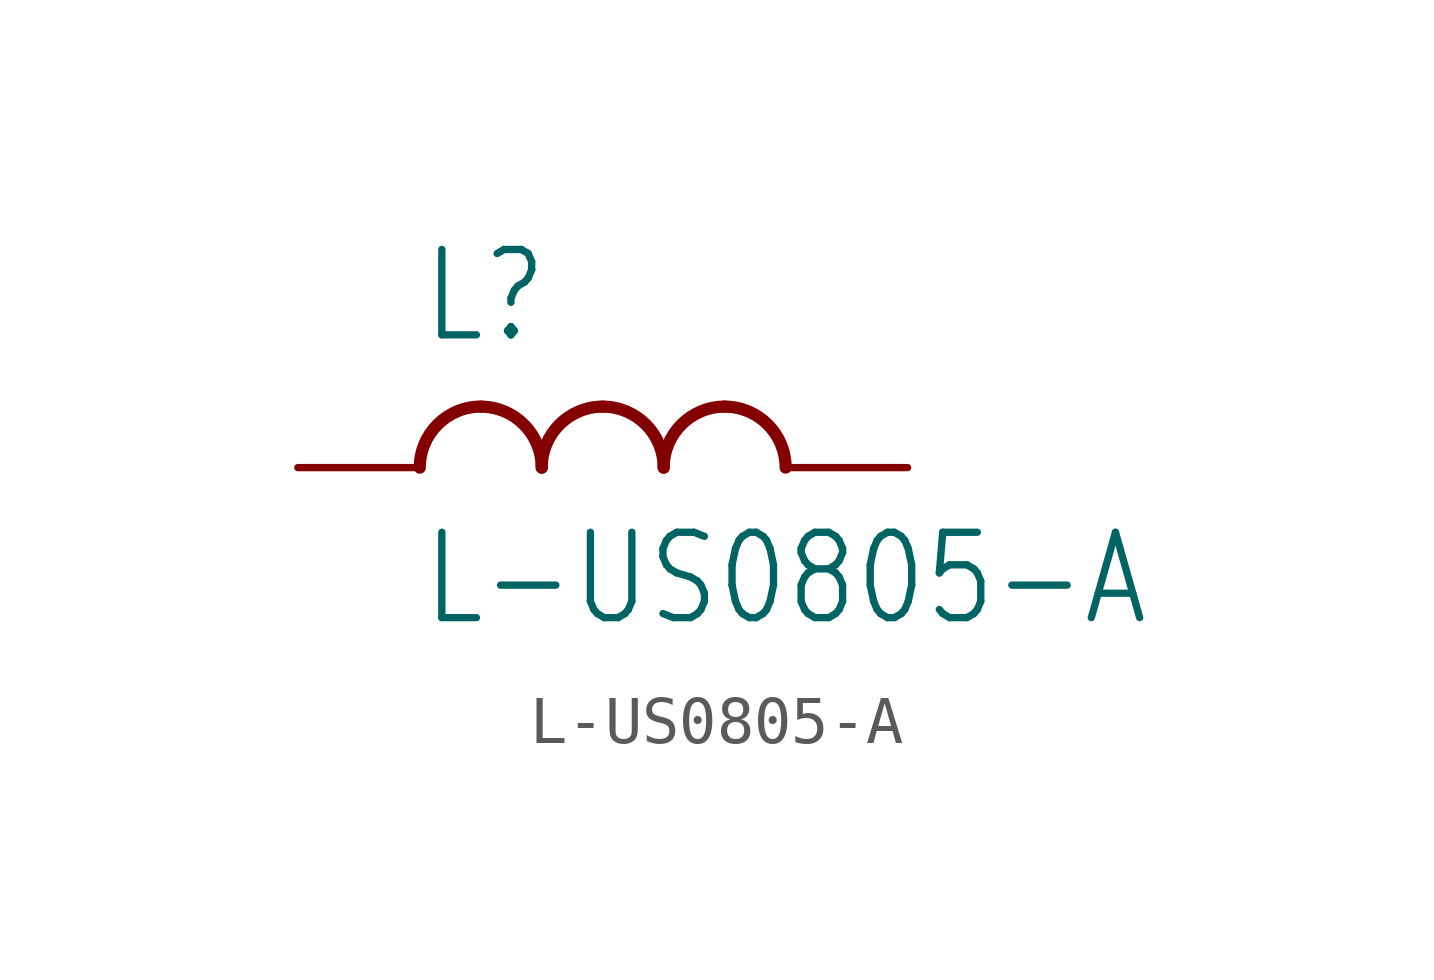
<source format=kicad_sym>
(kicad_symbol_lib
  (version 20211014)
  (generator kicad_symbol_editor)
  (symbol "L-US0805-A"
    (property "Reference" "L"
      (at -5.08 2.54 0)
      (effects (font (size 1.778 1.511)) (justify left bottom)))
    (property "Value" "L-US0805-A"
      (at -5.08 -1.27 0)
      (effects (font (size 1.778 1.511)) (justify left top)))
    (property "ki_locked" ""
      (at 0 0 0)
      (effects (font (size 1.27 1.27))))
    (symbol "L-US0805-A_1_0"
      (arc (start -3.81 1.27) (mid -4.708 0.898) (end -5.08 0) (stroke (width 0.254) (type default) (color 0 0 0 0)) (fill (type none)))
      (arc (start -2.54 0) (mid -2.912 0.898) (end -3.81 1.27) (stroke (width 0.254) (type default) (color 0 0 0 0)) (fill (type none)))
      (arc (start -1.27 1.27) (mid -2.168 0.898) (end -2.54 0) (stroke (width 0.254) (type default) (color 0 0 0 0)) (fill (type none)))
      (arc (start 0 0) (mid -0.372 0.898) (end -1.27 1.27) (stroke (width 0.254) (type default) (color 0 0 0 0)) (fill (type none)))
      (arc (start 1.27 1.27) (mid 0.372 0.898) (end 0 0) (stroke (width 0.254) (type default) (color 0 0 0 0)) (fill (type none)))
      (arc (start 2.54 0) (mid 2.168 0.898) (end 1.27 1.27) (stroke (width 0.254) (type default) (color 0 0 0 0)) (fill (type none)))
      (pin passive line (at -7.62 0 0) (length 2.54) (name "1" (effects (font (size 0 0)))) (number "1" (effects (font (size 0 0)))))
      (pin passive line (at 5.08 0 180) (length 2.54) (name "2" (effects (font (size 0 0)))) (number "2" (effects (font (size 0 0))))))))
</source>
